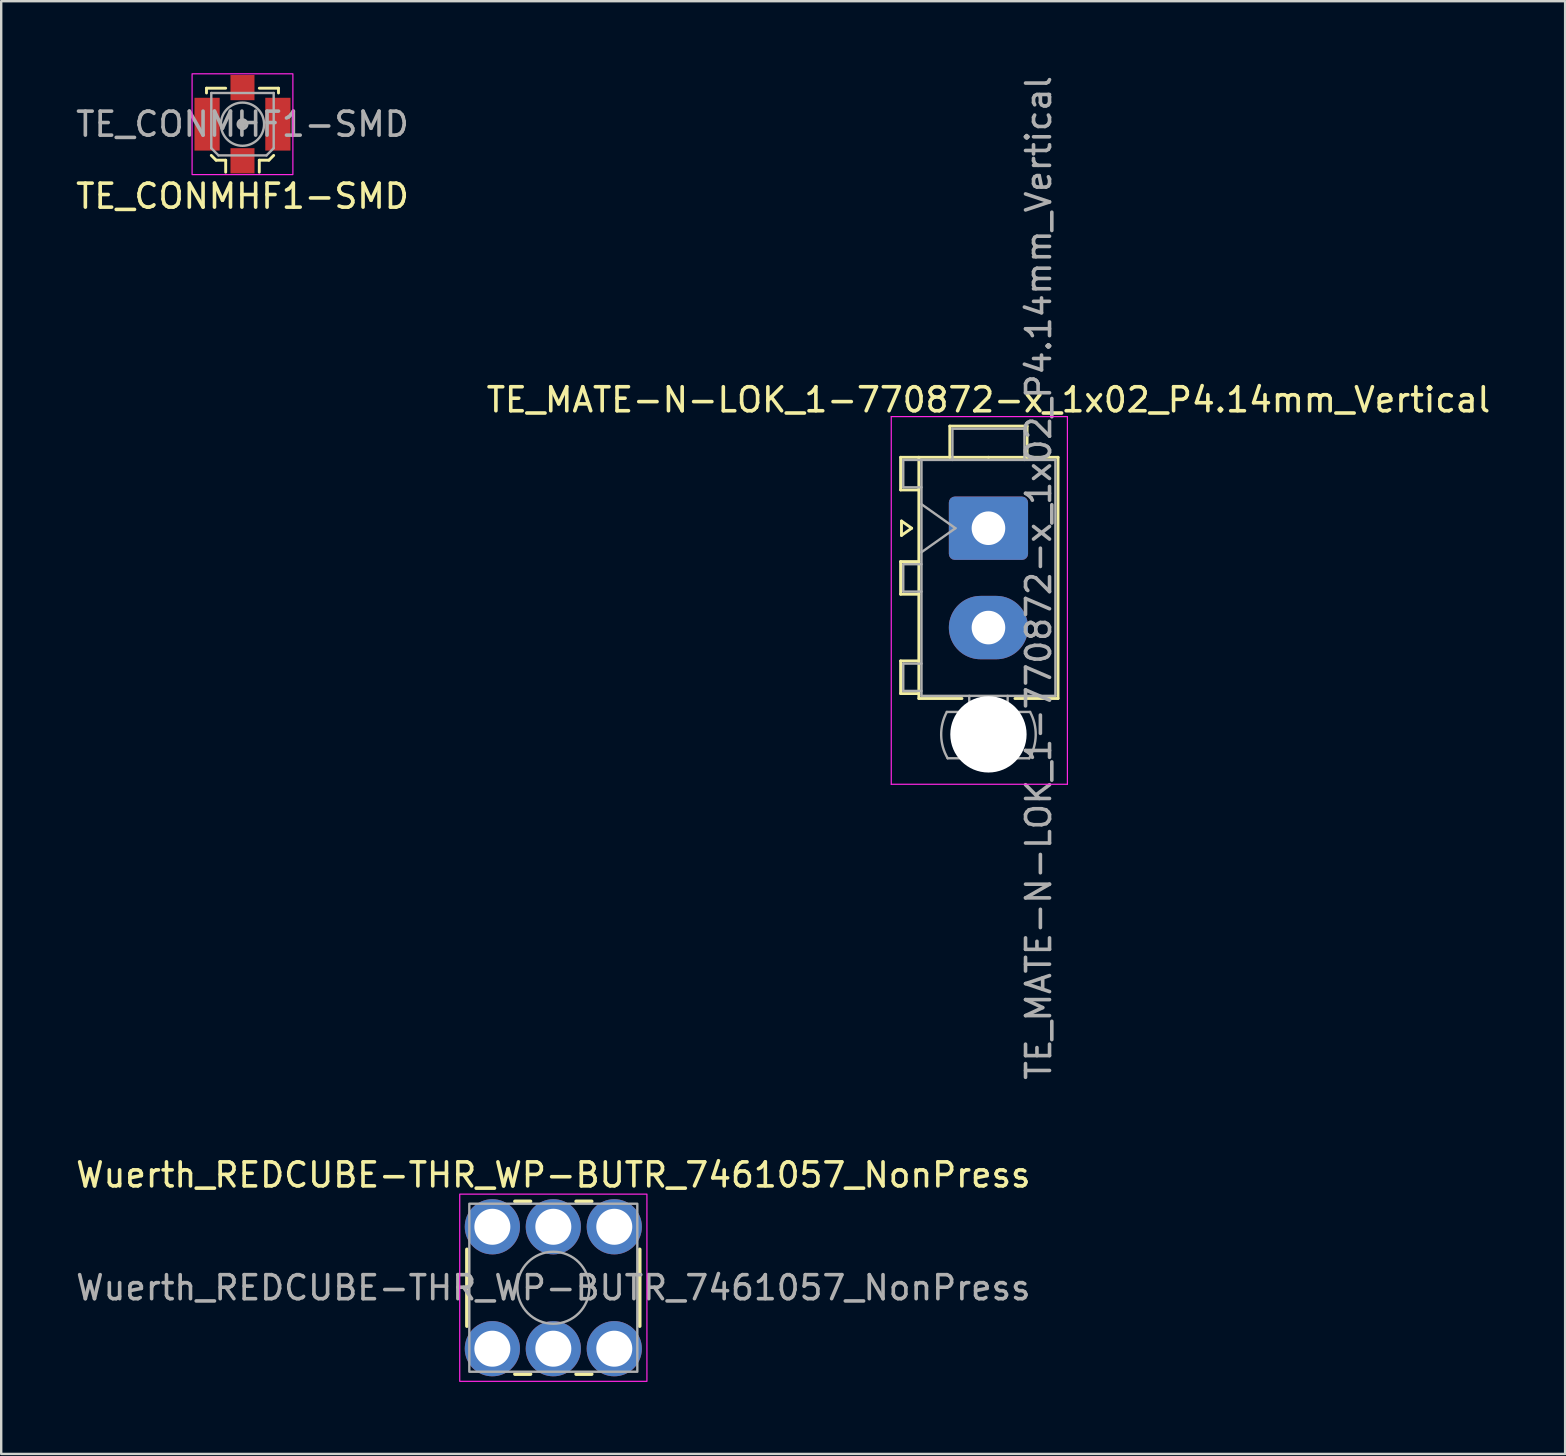
<source format=kicad_pcb>
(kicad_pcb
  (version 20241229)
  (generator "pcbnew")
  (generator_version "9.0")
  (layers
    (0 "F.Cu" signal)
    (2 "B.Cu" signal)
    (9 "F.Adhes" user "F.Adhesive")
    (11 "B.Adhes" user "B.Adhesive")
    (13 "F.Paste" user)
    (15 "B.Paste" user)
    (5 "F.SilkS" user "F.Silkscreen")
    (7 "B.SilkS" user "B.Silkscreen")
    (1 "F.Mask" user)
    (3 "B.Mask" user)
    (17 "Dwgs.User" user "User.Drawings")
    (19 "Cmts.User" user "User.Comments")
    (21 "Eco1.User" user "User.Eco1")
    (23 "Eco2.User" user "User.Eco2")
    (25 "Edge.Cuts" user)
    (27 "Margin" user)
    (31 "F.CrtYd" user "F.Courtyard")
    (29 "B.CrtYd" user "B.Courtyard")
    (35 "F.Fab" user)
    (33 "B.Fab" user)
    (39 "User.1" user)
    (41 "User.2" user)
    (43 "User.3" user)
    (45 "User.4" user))
  (footprint "Wuerth_REDCUBE-THR_WP-BUTR_7461057_NonPress"
    (layer "F.Cu")
    (at 20.006 50.608)
    (property "Reference" "Wuerth_REDCUBE-THR_WP-BUTR_7461057_NonPress" (at 0 -4.7 0) (layer "F.SilkS") (effects (font (size 1 1) (thickness 0.15))))
    (attr through_hole)
    (fp_line (start -3.6 -1.6) (end -3.6 1.6) (stroke (width 0.15) (type default)) (layer "F.SilkS"))
    (fp_line (start -1.6 -3.6) (end -0.95 -3.6) (stroke (width 0.15) (type default)) (layer "F.SilkS"))
    (fp_line (start -1.6 3.6) (end -0.95 3.6) (stroke (width 0.15) (type default)) (layer "F.SilkS"))
    (fp_line (start 0.95 -3.6) (end 1.6 -3.6) (stroke (width 0.15) (type default)) (layer "F.SilkS"))
    (fp_line (start 0.95 3.6) (end 1.6 3.6) (stroke (width 0.15) (type default)) (layer "F.SilkS"))
    (fp_line (start 3.6 -1.6) (end 3.6 1.6) (stroke (width 0.15) (type default)) (layer "F.SilkS"))
    (fp_rect (start -3.9 -3.9) (end 3.9 3.9) (stroke (width 0.05) (type default)) (fill no) (layer "F.CrtYd"))
    (fp_rect (start -3.5 -3.5) (end 3.5 3.5) (stroke (width 0.1) (type default)) (fill no) (layer "F.Fab"))
    (fp_circle (center 0 0) (end 1.5 0) (stroke (width 0.1) (type default)) (fill no) (layer "F.Fab"))
    (fp_text user "${REFERENCE}" (at 0 0 0) (layer "F.Fab") (effects (font (size 1 1) (thickness 0.15))))
    (pad "1" thru_hole circle (at -2.54 -2.54) (size 2.3 2.3) (drill 1.5) (layers "*.Cu" "*.Mask"))
    (pad "1" thru_hole circle (at -2.54 2.54) (size 2.3 2.3) (drill 1.5) (layers "*.Cu" "*.Mask"))
    (pad "1" thru_hole circle (at 0 -2.54) (size 2.3 2.3) (drill 1.5) (layers "*.Cu" "*.Mask"))
    (pad "1" thru_hole circle (at 0 2.54) (size 2.3 2.3) (drill 1.5) (layers "*.Cu" "*.Mask"))
    (pad "1" thru_hole circle (at 2.54 -2.54) (size 2.3 2.3) (drill 1.5) (layers "*.Cu" "*.Mask"))
    (pad "1" thru_hole circle (at 2.54 2.54) (size 2.3 2.3) (drill 1.5) (layers "*.Cu" "*.Mask")))
  (footprint "TE_MATE-N-LOK_1-770872-x_1x02_P4.14mm_Vertical"
    (layer "F.Cu")
    (at 38.137 18.96)
    (property "Reference" "TE_MATE-N-LOK_1-770872-x_1x02_P4.14mm_Vertical" (at 0 -5.35 0) (layer "F.SilkS") (effects (font (size 1 1) (thickness 0.15))))
    (attr through_hole)
    (fp_line (start -3.66 -2.955) (end -3.66 -1.595) (stroke (width 0.12) (type solid)) (layer "F.SilkS"))
    (fp_line (start -3.66 -1.595) (end -2.9 -1.595) (stroke (width 0.12) (type solid)) (layer "F.SilkS"))
    (fp_line (start -3.66 1.39) (end -3.66 2.75) (stroke (width 0.12) (type solid)) (layer "F.SilkS"))
    (fp_line (start -3.66 2.75) (end -2.9 2.75) (stroke (width 0.12) (type solid)) (layer "F.SilkS"))
    (fp_line (start -3.66 5.53) (end -3.66 6.89) (stroke (width 0.12) (type solid)) (layer "F.SilkS"))
    (fp_line (start -3.66 6.89) (end -2.9 6.89) (stroke (width 0.12) (type solid)) (layer "F.SilkS"))
    (fp_line (start -3.624 -0.3) (end -3.2 0) (stroke (width 0.12) (type solid)) (layer "F.SilkS"))
    (fp_line (start -3.624 0.3) (end -3.624 -0.3) (stroke (width 0.12) (type solid)) (layer "F.SilkS"))
    (fp_line (start -3.2 0) (end -3.624 0.3) (stroke (width 0.12) (type solid)) (layer "F.SilkS"))
    (fp_line (start -2.9 -2.955) (end -3.66 -2.955) (stroke (width 0.12) (type solid)) (layer "F.SilkS"))
    (fp_line (start -2.9 -2.955) (end -2.9 7.095) (stroke (width 0.12) (type solid)) (layer "F.SilkS"))
    (fp_line (start -2.9 1.39) (end -3.66 1.39) (stroke (width 0.12) (type solid)) (layer "F.SilkS"))
    (fp_line (start -2.9 5.53) (end -3.66 5.53) (stroke (width 0.12) (type solid)) (layer "F.SilkS"))
    (fp_line (start -2.9 7.095) (end -1.103 7.095) (stroke (width 0.12) (type solid)) (layer "F.SilkS"))
    (fp_line (start -1.61 -4.255) (end 1.61 -4.255) (stroke (width 0.12) (type solid)) (layer "F.SilkS"))
    (fp_line (start -1.61 -2.955) (end -1.61 -4.255) (stroke (width 0.12) (type solid)) (layer "F.SilkS"))
    (fp_line (start 0 -2.955) (end -2.9 -2.955) (stroke (width 0.12) (type solid)) (layer "F.SilkS"))
    (fp_line (start 0 -2.955) (end 2.9 -2.955) (stroke (width 0.12) (type solid)) (layer "F.SilkS"))
    (fp_line (start 1.61 -4.255) (end 1.61 -2.955) (stroke (width 0.12) (type solid)) (layer "F.SilkS"))
    (fp_line (start 2.9 -2.955) (end 2.9 7.095) (stroke (width 0.12) (type solid)) (layer "F.SilkS"))
    (fp_line (start 2.9 7.095) (end 1.103 7.095) (stroke (width 0.12) (type solid)) (layer "F.SilkS"))
    (fp_line (start -4.05 -4.65) (end -4.05 10.67) (stroke (width 0.05) (type solid)) (layer "F.CrtYd"))
    (fp_line (start -4.05 10.67) (end 3.29 10.67) (stroke (width 0.05) (type solid)) (layer "F.CrtYd"))
    (fp_line (start 3.29 -4.65) (end -4.05 -4.65) (stroke (width 0.05) (type solid)) (layer "F.CrtYd"))
    (fp_line (start 3.29 10.67) (end 3.29 -4.65) (stroke (width 0.05) (type solid)) (layer "F.CrtYd"))
    (fp_line (start -3.55 -2.845) (end -3.55 -1.705) (stroke (width 0.1) (type solid)) (layer "F.Fab"))
    (fp_line (start -3.55 -1.705) (end -2.79 -1.705) (stroke (width 0.1) (type solid)) (layer "F.Fab"))
    (fp_line (start -3.55 1.5) (end -3.55 2.64) (stroke (width 0.1) (type solid)) (layer "F.Fab"))
    (fp_line (start -3.55 2.64) (end -2.79 2.64) (stroke (width 0.1) (type solid)) (layer "F.Fab"))
    (fp_line (start -3.55 5.64) (end -3.55 6.78) (stroke (width 0.1) (type solid)) (layer "F.Fab"))
    (fp_line (start -3.55 6.78) (end -2.79 6.78) (stroke (width 0.1) (type solid)) (layer "F.Fab"))
    (fp_line (start -2.79 -2.845) (end -3.55 -2.845) (stroke (width 0.1) (type solid)) (layer "F.Fab"))
    (fp_line (start -2.79 -2.845) (end -2.79 6.985) (stroke (width 0.1) (type solid)) (layer "F.Fab"))
    (fp_line (start -2.79 -1) (end -1.376 0) (stroke (width 0.1) (type solid)) (layer "F.Fab"))
    (fp_line (start -2.79 1.5) (end -3.55 1.5) (stroke (width 0.1) (type solid)) (layer "F.Fab"))
    (fp_line (start -2.79 5.64) (end -3.55 5.64) (stroke (width 0.1) (type solid)) (layer "F.Fab"))
    (fp_line (start -2.79 6.985) (end 2.79 6.985) (stroke (width 0.1) (type solid)) (layer "F.Fab"))
    (fp_line (start -1.5 -4.145) (end 1.5 -4.145) (stroke (width 0.1) (type solid)) (layer "F.Fab"))
    (fp_line (start -1.5 -2.845) (end -1.5 -4.145) (stroke (width 0.1) (type solid)) (layer "F.Fab"))
    (fp_line (start -1.376 0) (end -2.79 1) (stroke (width 0.1) (type solid)) (layer "F.Fab"))
    (fp_line (start -0.8 6.985) (end -0.8 7.655) (stroke (width 0.1) (type solid)) (layer "F.Fab"))
    (fp_line (start 0.8 6.985) (end 0.8 7.655) (stroke (width 0.1) (type solid)) (layer "F.Fab"))
    (fp_line (start 1.5 -4.145) (end 1.5 -2.845) (stroke (width 0.1) (type solid)) (layer "F.Fab"))
    (fp_line (start 1.7 9.586) (end -1.7 9.586) (stroke (width 0.1) (type solid)) (layer "F.Fab"))
    (fp_line (start 1.734 7.655) (end -1.734 7.655) (stroke (width 0.1) (type solid)) (layer "F.Fab"))
    (fp_line (start 2.79 -2.845) (end -2.79 -2.845) (stroke (width 0.1) (type solid)) (layer "F.Fab"))
    (fp_line (start 2.79 6.985) (end 2.79 -2.845) (stroke (width 0.1) (type solid)) (layer "F.Fab"))
    (fp_arc (start -1.699672 9.586) (mid -1.969689 8.624992) (end -1.733977 7.655) (stroke (width 0.1) (type solid)) (layer "F.Fab"))
    (fp_arc (start 1.733977 7.655) (mid 1.96969 8.624992) (end 1.699672 9.586) (stroke (width 0.1) (type solid)) (layer "F.Fab"))
    (fp_text user "${REFERENCE}" (at 2.09 2.07 90) (layer "F.Fab") (effects (font (size 1 1) (thickness 0.15))))
    (pad "" np_thru_hole circle (at 0 8.59) (size 3.18 3.18) (drill 3.18) (layers "*.Cu" "*.Mask"))
    (pad "1" thru_hole roundrect (at 0 0) (size 3.3 2.64) (drill 1.4) (layers "*.Cu" "*.Mask") (roundrect_rratio 0.095))
    (pad "2" thru_hole oval (at 0 4.14) (size 3.3 2.64) (drill 1.4) (layers "*.Cu" "*.Mask")))
  (footprint "TE_CONMHF1-SMD"
    (layer "F.Cu")
    (at 7.054 2.125)
    (property "Reference" "TE_CONMHF1-SMD" (at 0 3 0) (layer "F.SilkS") (effects (font (size 1 1) (thickness 0.15))))
    (attr smd)
    (fp_line (start -1.5 -1.5) (end -0.7 -1.5) (stroke (width 0.12) (type solid)) (layer "F.SilkS"))
    (fp_line (start -1.5 -1.3) (end -1.5 -1.5) (stroke (width 0.12) (type solid)) (layer "F.SilkS"))
    (fp_line (start -1.1 1.5) (end -1.3 1.3) (stroke (width 0.12) (type solid)) (layer "F.SilkS"))
    (fp_line (start -0.7 1.5) (end -1.1 1.5) (stroke (width 0.12) (type solid)) (layer "F.SilkS"))
    (fp_line (start -0.7 1.5) (end -0.7 2) (stroke (width 0.12) (type solid)) (layer "F.SilkS"))
    (fp_line (start 0.7 -1.5) (end 1.5 -1.5) (stroke (width 0.12) (type solid)) (layer "F.SilkS"))
    (fp_line (start 0.7 1.5) (end 0.7 2) (stroke (width 0.12) (type solid)) (layer "F.SilkS"))
    (fp_line (start 0.7 1.5) (end 1.1 1.5) (stroke (width 0.12) (type solid)) (layer "F.SilkS"))
    (fp_line (start 1.1 1.5) (end 1.3 1.3) (stroke (width 0.12) (type solid)) (layer "F.SilkS"))
    (fp_line (start 1.5 -1.5) (end 1.5 -1.3) (stroke (width 0.12) (type solid)) (layer "F.SilkS"))
    (fp_rect (start -2.1 -2.1) (end 2.1 2.1) (stroke (width 0.05) (type default)) (fill no) (layer "F.CrtYd"))
    (fp_line (start -1.3 -1.3) (end -1.3 1) (stroke (width 0.1) (type solid)) (layer "F.Fab"))
    (fp_line (start -1.3 -1.3) (end 1.3 -1.3) (stroke (width 0.1) (type solid)) (layer "F.Fab"))
    (fp_line (start -1.3 1) (end -1 1.3) (stroke (width 0.1) (type solid)) (layer "F.Fab"))
    (fp_line (start -1 1.3) (end 1 1.3) (stroke (width 0.1) (type solid)) (layer "F.Fab"))
    (fp_line (start 1 1.3) (end 1.3 1) (stroke (width 0.1) (type default)) (layer "F.Fab"))
    (fp_line (start 1.3 -1.3) (end 1.3 1) (stroke (width 0.1) (type solid)) (layer "F.Fab"))
    (fp_circle (center 0 0) (end 0 0.05) (stroke (width 0.1) (type solid)) (fill no) (layer "F.Fab"))
    (fp_circle (center 0 0) (end 0 0.125) (stroke (width 0.1) (type solid)) (fill no) (layer "F.Fab"))
    (fp_circle (center 0 0) (end 0 0.2) (stroke (width 0.1) (type solid)) (fill no) (layer "F.Fab"))
    (fp_circle (center 0 0) (end 0.9 0) (stroke (width 0.1) (type solid)) (fill no) (layer "F.Fab"))
    (fp_text user "${REFERENCE}" (at 0 0 0) (layer "F.Fab") (effects (font (size 1 1) (thickness 0.15))))
    (pad "1" smd rect (at 0 1.525) (size 1 1.05) (layers "F.Cu" "F.Mask" "F.Paste"))
    (pad "2" smd rect (at -1.475 0) (size 1.05 2.2) (layers "F.Cu" "F.Mask" "F.Paste"))
    (pad "2" smd rect (at 0 -1.525) (size 1 1.05) (layers "F.Cu" "F.Mask" "F.Paste"))
    (pad "2" smd rect (at 1.475 0) (size 1.05 2.2) (layers "F.Cu" "F.Mask" "F.Paste"))
    (zone (net_name "") (layer "F.Cu") (hatch edge 0.5) (connect_pads) (min_thickness 0.25) (filled_areas_thickness no) (keepout (tracks not_allowed) (vias not_allowed) (pads not_allowed) (copperpour not_allowed) (footprints allowed)) (placement (enabled no)) (fill) (polygon (pts (xy 6.104 1.125) (xy 8.004 1.125) (xy 8.004 3.125) (xy 6.104 3.125)))))
  (gr_rect
    (start -3 -3)
    (end 62.167 57.533)
    (stroke (width 0.1) (type default))
    (fill no)
    (layer "Edge.Cuts")))
</source>
